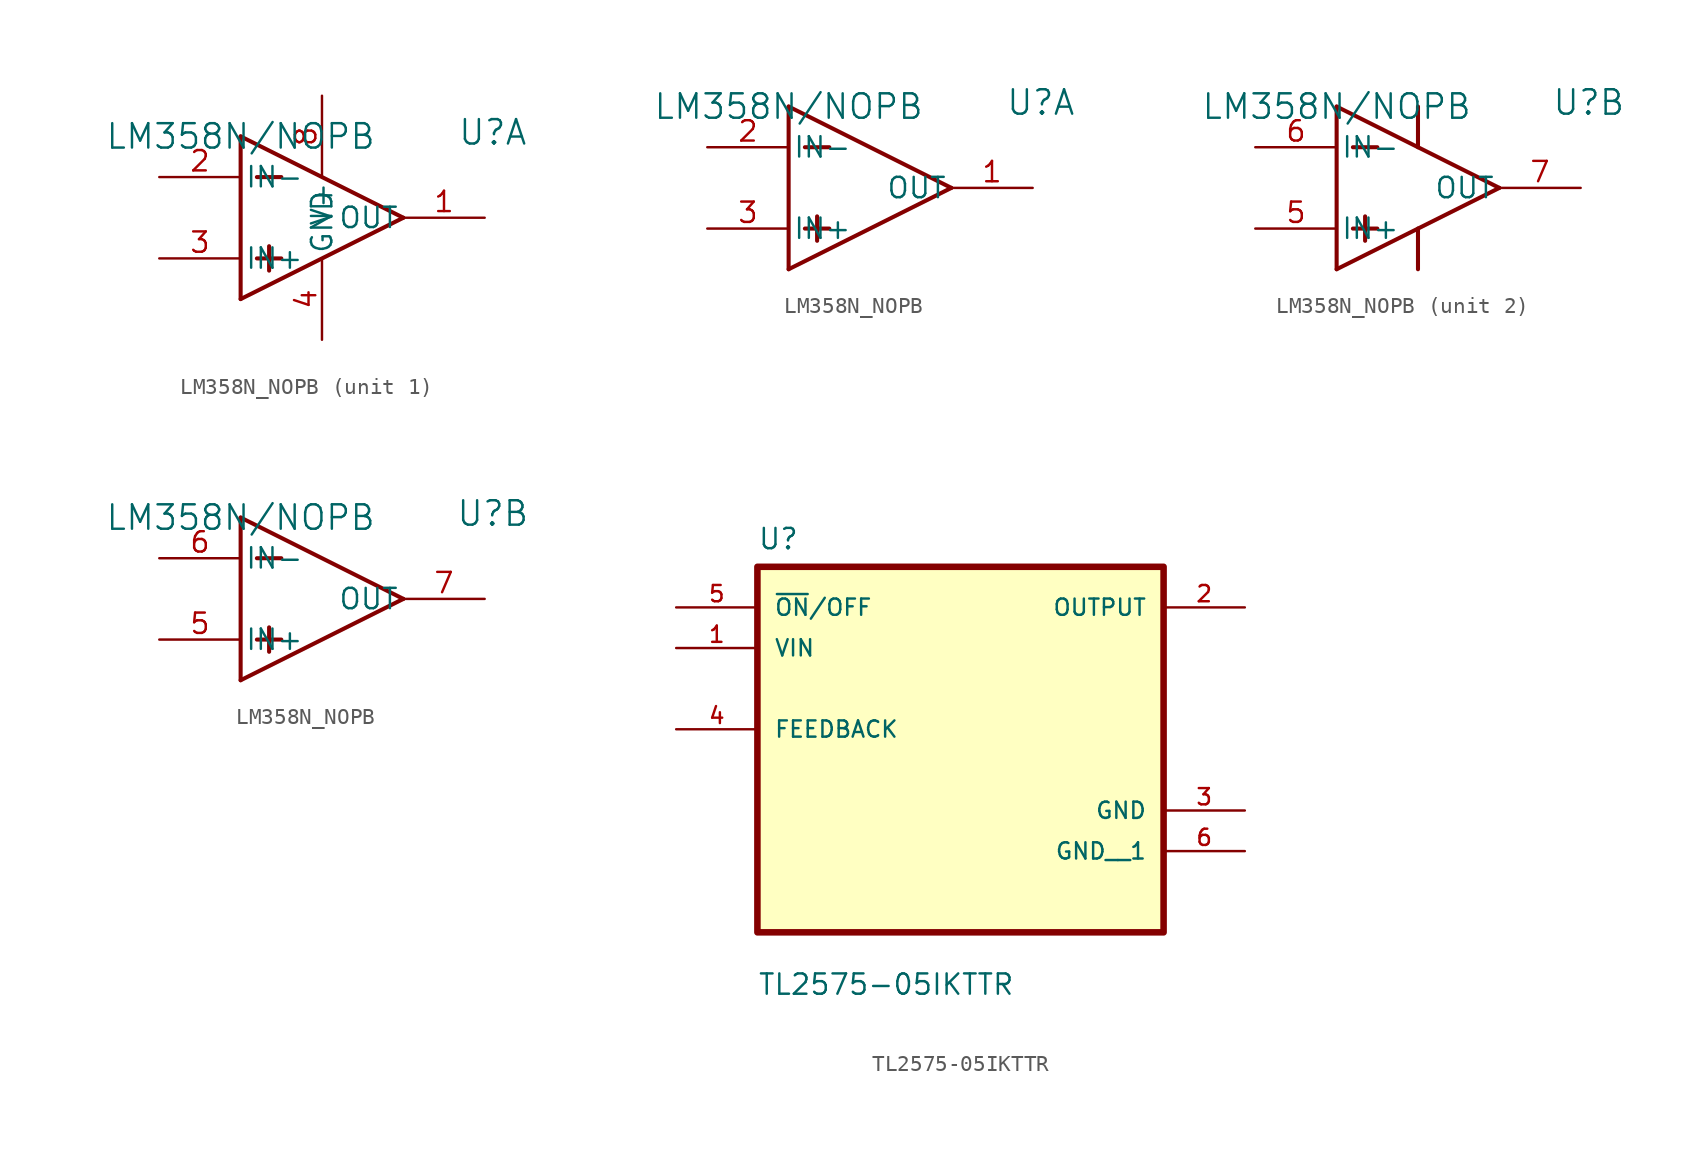
<source format=kicad_sym>
(kicad_symbol_lib
  (version 20231120)
  (generator "kicad_symbol_editor")
  (generator_version "8.0")
  (symbol "LM358N_NOPB"
    (pin_names
      (offset 0.254))
    (property "Reference" "U"
      (at 15.748 0.254 0)
      (effects (font (size 1.524 1.524))))
    (property "Value" "LM358N/NOPB"
      (at 0 0 0)
      (effects (font (size 1.524 1.524))))
    (property "ki_locked" ""
      (at 0 0 0)
      (effects (font (size 1.27 1.27))))
    (symbol "LM358N_NOPB_1_1"
      (polyline (pts (xy 0 -10.16) (xy 10.16 -5.08)) (stroke (width 0.254) (type default)) (fill (type none)))
      (polyline (pts (xy 0 0) (xy 0 -10.16)) (stroke (width 0.254) (type default)) (fill (type none)))
      (polyline (pts (xy 0 0) (xy 10.16 -5.08)) (stroke (width 0.254) (type default)) (fill (type none)))
      (polyline (pts (xy 1.016 -7.62) (xy 2.54 -7.62)) (stroke (width 0.254) (type default)) (fill (type none)))
      (polyline (pts (xy 1.016 -2.54) (xy 2.54 -2.54)) (stroke (width 0.254) (type default)) (fill (type none)))
      (polyline (pts (xy 1.778 -6.858) (xy 1.778 -8.382)) (stroke (width 0.254) (type default)) (fill (type none)))
      (pin output line (at 15.24 -5.08 180) (length 5.08) (name "OUT" (effects (font (size 1.27 1.27)))) (number "1" (effects (font (size 1.27 1.27)))))
      (pin input line (at -5.08 -2.54 0) (length 5.08) (name "IN-" (effects (font (size 1.27 1.27)))) (number "2" (effects (font (size 1.27 1.27)))))
      (pin input line (at -5.08 -7.62 0) (length 5.08) (name "IN+" (effects (font (size 1.27 1.27)))) (number "3" (effects (font (size 1.27 1.27)))))
      (pin input line (at 5.08 -12.7 90) (length 5.08) (name "GND" (effects (font (size 1.27 1.27)))) (number "4" (effects (font (size 1.27 1.27)))))
      (pin input line (at 5.08 2.54 270) (length 5.08) (name "V+" (effects (font (size 1.27 1.27)))) (number "8" (effects (font (size 1.27 1.27))))))
    (symbol "LM358N_NOPB_1_2"
      (polyline (pts (xy 0 -10.16) (xy 10.16 -5.08)) (stroke (width 0.254) (type default)) (fill (type none)))
      (polyline (pts (xy 0 0) (xy 0 -10.16)) (stroke (width 0.254) (type default)) (fill (type none)))
      (polyline (pts (xy 0 0) (xy 10.16 -5.08)) (stroke (width 0.254) (type default)) (fill (type none)))
      (polyline (pts (xy 1.016 -7.62) (xy 2.54 -7.62)) (stroke (width 0.254) (type default)) (fill (type none)))
      (polyline (pts (xy 1.016 -2.54) (xy 2.54 -2.54)) (stroke (width 0.254) (type default)) (fill (type none)))
      (polyline (pts (xy 1.778 -6.858) (xy 1.778 -8.382)) (stroke (width 0.254) (type default)) (fill (type none)))
      (pin output line (at 15.24 -5.08 180) (length 5.08) (name "OUT" (effects (font (size 1.27 1.27)))) (number "1" (effects (font (size 1.27 1.27)))))
      (pin input line (at -5.08 -2.54 0) (length 5.08) (name "IN-" (effects (font (size 1.27 1.27)))) (number "2" (effects (font (size 1.27 1.27)))))
      (pin input line (at -5.08 -7.62 0) (length 5.08) (name "IN+" (effects (font (size 1.27 1.27)))) (number "3" (effects (font (size 1.27 1.27))))))
    (symbol "LM358N_NOPB_2_1"
      (polyline (pts (xy 0 -10.16) (xy 10.16 -5.08)) (stroke (width 0.254) (type default)) (fill (type none)))
      (polyline (pts (xy 0 0) (xy 0 -10.16)) (stroke (width 0.254) (type default)) (fill (type none)))
      (polyline (pts (xy 0 0) (xy 10.16 -5.08)) (stroke (width 0.254) (type default)) (fill (type none)))
      (polyline (pts (xy 1.016 -7.62) (xy 2.54 -7.62)) (stroke (width 0.254) (type default)) (fill (type none)))
      (polyline (pts (xy 1.016 -2.54) (xy 2.54 -2.54)) (stroke (width 0.254) (type default)) (fill (type none)))
      (polyline (pts (xy 1.778 -6.858) (xy 1.778 -8.382)) (stroke (width 0.254) (type default)) (fill (type none)))
      (polyline (pts (xy 5.08 -7.62) (xy 5.08 -10.16)) (stroke (width 0.254) (type default)) (fill (type none)))
      (polyline (pts (xy 5.08 0) (xy 5.08 -2.54)) (stroke (width 0.254) (type default)) (fill (type none)))
      (pin input line (at -5.08 -7.62 0) (length 5.08) (name "IN+" (effects (font (size 1.27 1.27)))) (number "5" (effects (font (size 1.27 1.27)))))
      (pin input line (at -5.08 -2.54 0) (length 5.08) (name "IN-" (effects (font (size 1.27 1.27)))) (number "6" (effects (font (size 1.27 1.27)))))
      (pin output line (at 15.24 -5.08 180) (length 5.08) (name "OUT" (effects (font (size 1.27 1.27)))) (number "7" (effects (font (size 1.27 1.27))))))
    (symbol "LM358N_NOPB_2_2"
      (polyline (pts (xy 0 -10.16) (xy 10.16 -5.08)) (stroke (width 0.254) (type default)) (fill (type none)))
      (polyline (pts (xy 0 0) (xy 0 -10.16)) (stroke (width 0.254) (type default)) (fill (type none)))
      (polyline (pts (xy 0 0) (xy 10.16 -5.08)) (stroke (width 0.254) (type default)) (fill (type none)))
      (polyline (pts (xy 1.016 -7.62) (xy 2.54 -7.62)) (stroke (width 0.254) (type default)) (fill (type none)))
      (polyline (pts (xy 1.016 -2.54) (xy 2.54 -2.54)) (stroke (width 0.254) (type default)) (fill (type none)))
      (polyline (pts (xy 1.778 -6.858) (xy 1.778 -8.382)) (stroke (width 0.254) (type default)) (fill (type none)))
      (pin input line (at -5.08 -7.62 0) (length 5.08) (name "IN+" (effects (font (size 1.27 1.27)))) (number "5" (effects (font (size 1.27 1.27)))))
      (pin input line (at -5.08 -2.54 0) (length 5.08) (name "IN-" (effects (font (size 1.27 1.27)))) (number "6" (effects (font (size 1.27 1.27)))))
      (pin output line (at 15.24 -5.08 180) (length 5.08) (name "OUT" (effects (font (size 1.27 1.27)))) (number "7" (effects (font (size 1.27 1.27)))))))
  (symbol "TL2575-05IKTTR"
    (pin_names
      (offset 1.016))
    (property "Reference" "U"
      (at -12.7 11.16 0)
      (effects (font (size 1.27 1.27)) (justify left bottom)))
    (property "Value" "TL2575-05IKTTR"
      (at -12.7 -16.7 0)
      (effects (font (size 1.27 1.27)) (justify left bottom)))
    (symbol "TL2575-05IKTTR_0_0"
      (rectangle (start -12.7 -12.7) (end 12.7 10.16) (stroke (width 0.41) (type default)) (fill (type background)))
      (pin input line (at -17.78 5.08 0) (length 5.08) (name "VIN" (effects (font (size 1.016 1.016)))) (number "1" (effects (font (size 1.016 1.016)))))
      (pin output line (at 17.78 7.62 180) (length 5.08) (name "OUTPUT" (effects (font (size 1.016 1.016)))) (number "2" (effects (font (size 1.016 1.016)))))
      (pin power_in line (at 17.78 -5.08 180) (length 5.08) (name "GND" (effects (font (size 1.016 1.016)))) (number "3" (effects (font (size 1.016 1.016)))))
      (pin bidirectional line (at -17.78 0 0) (length 5.08) (name "FEEDBACK" (effects (font (size 1.016 1.016)))) (number "4" (effects (font (size 1.016 1.016)))))
      (pin input line (at -17.78 7.62 0) (length 5.08) (name "~{ON}/OFF" (effects (font (size 1.016 1.016)))) (number "5" (effects (font (size 1.016 1.016)))))
      (pin power_in line (at 17.78 -7.62 180) (length 5.08) (name "GND__1" (effects (font (size 1.016 1.016)))) (number "6" (effects (font (size 1.016 1.016))))))))
</source>
